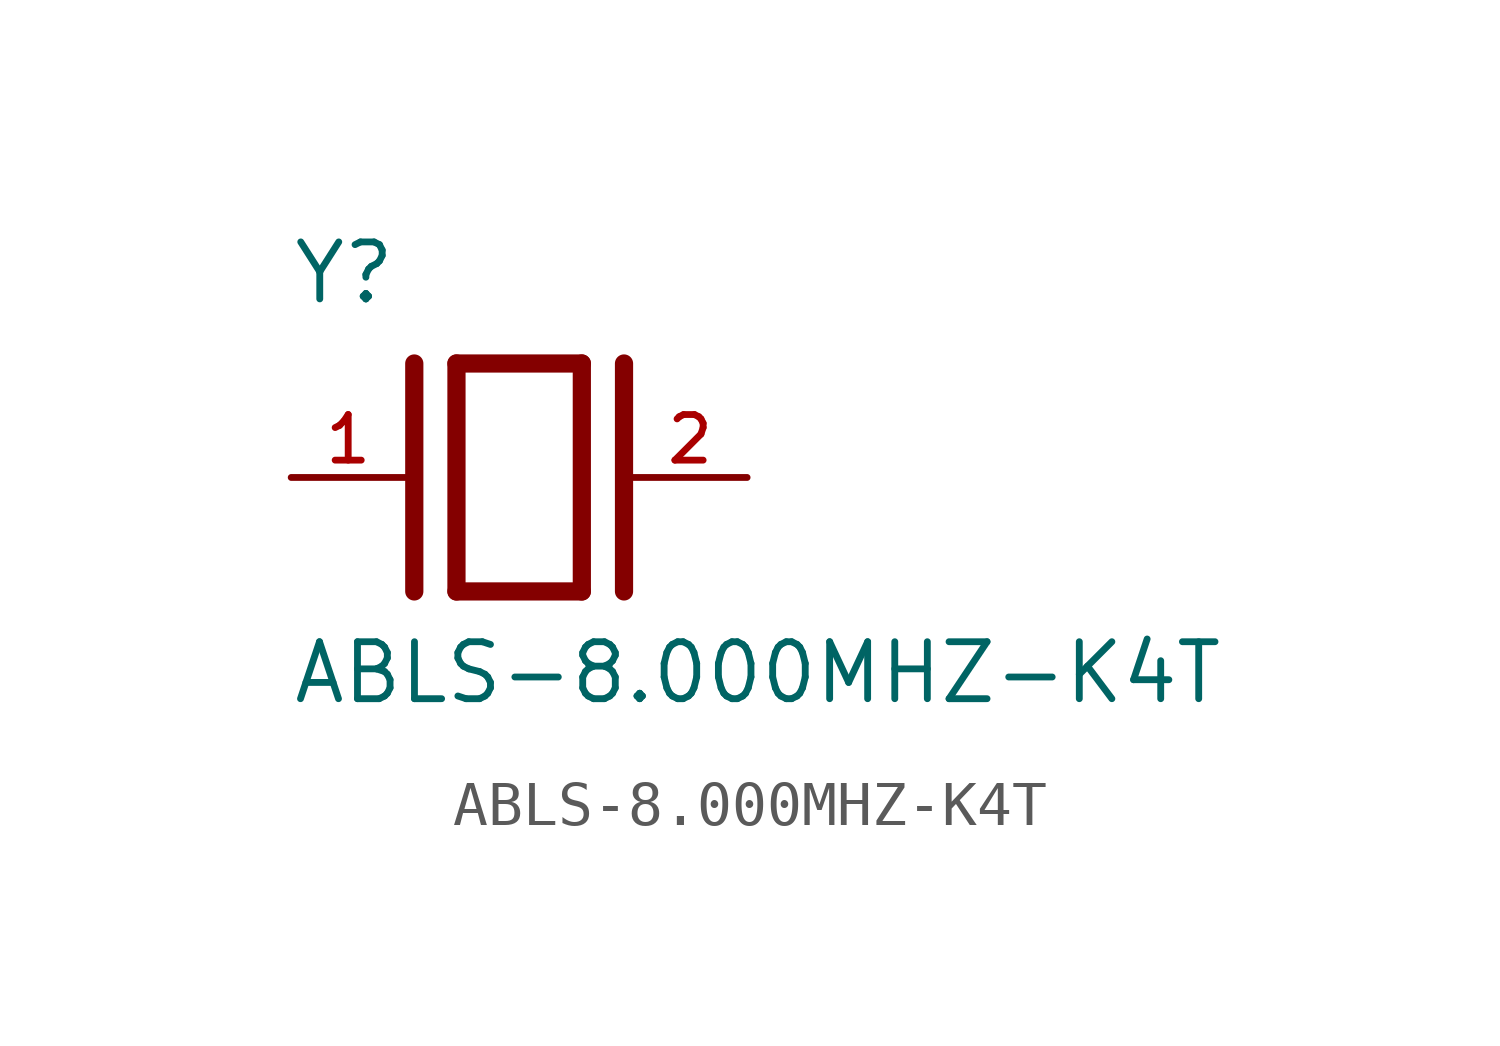
<source format=kicad_sym>
(kicad_symbol_lib
  (version 20211014)
  (generator kicad_symbol_editor)
  (symbol "ABLS-8.000MHZ-K4T"
    (pin_names
      (offset 1.016))
    (property "Reference" "Y"
      (at -5.088 3.816 0)
      (effects (font (size 1.27 1.27)) (justify bottom left)))
    (property "Value" "ABLS-8.000MHZ-K4T"
      (at -5.094 -5.094 0)
      (effects (font (size 1.27 1.27)) (justify bottom left)))
    (symbol "ABLS-8.000MHZ-K4T_0_0"
      (polyline (pts (xy -1.397 2.54) (xy 1.397 2.54)) (stroke (width 0.406)))
      (polyline (pts (xy 1.397 2.54) (xy 1.397 -2.54)) (stroke (width 0.406)))
      (polyline (pts (xy 1.397 -2.54) (xy -1.397 -2.54)) (stroke (width 0.406)))
      (polyline (pts (xy -1.397 2.54) (xy -1.397 -2.54)) (stroke (width 0.406)))
      (polyline (pts (xy 2.337 2.54) (xy 2.337 -2.54)) (stroke (width 0.406)))
      (polyline (pts (xy -2.337 2.54) (xy -2.337 -2.54)) (stroke (width 0.406)))
      (pin passive line (at 5.08 0.0 180.0) (length 2.54) (name "~" (effects (font (size 1.016 1.016)))) (number "2" (effects (font (size 1.016 1.016)))))
      (pin passive line (at -5.08 0.0 0) (length 2.54) (name "~" (effects (font (size 1.016 1.016)))) (number "1" (effects (font (size 1.016 1.016))))))))
</source>
